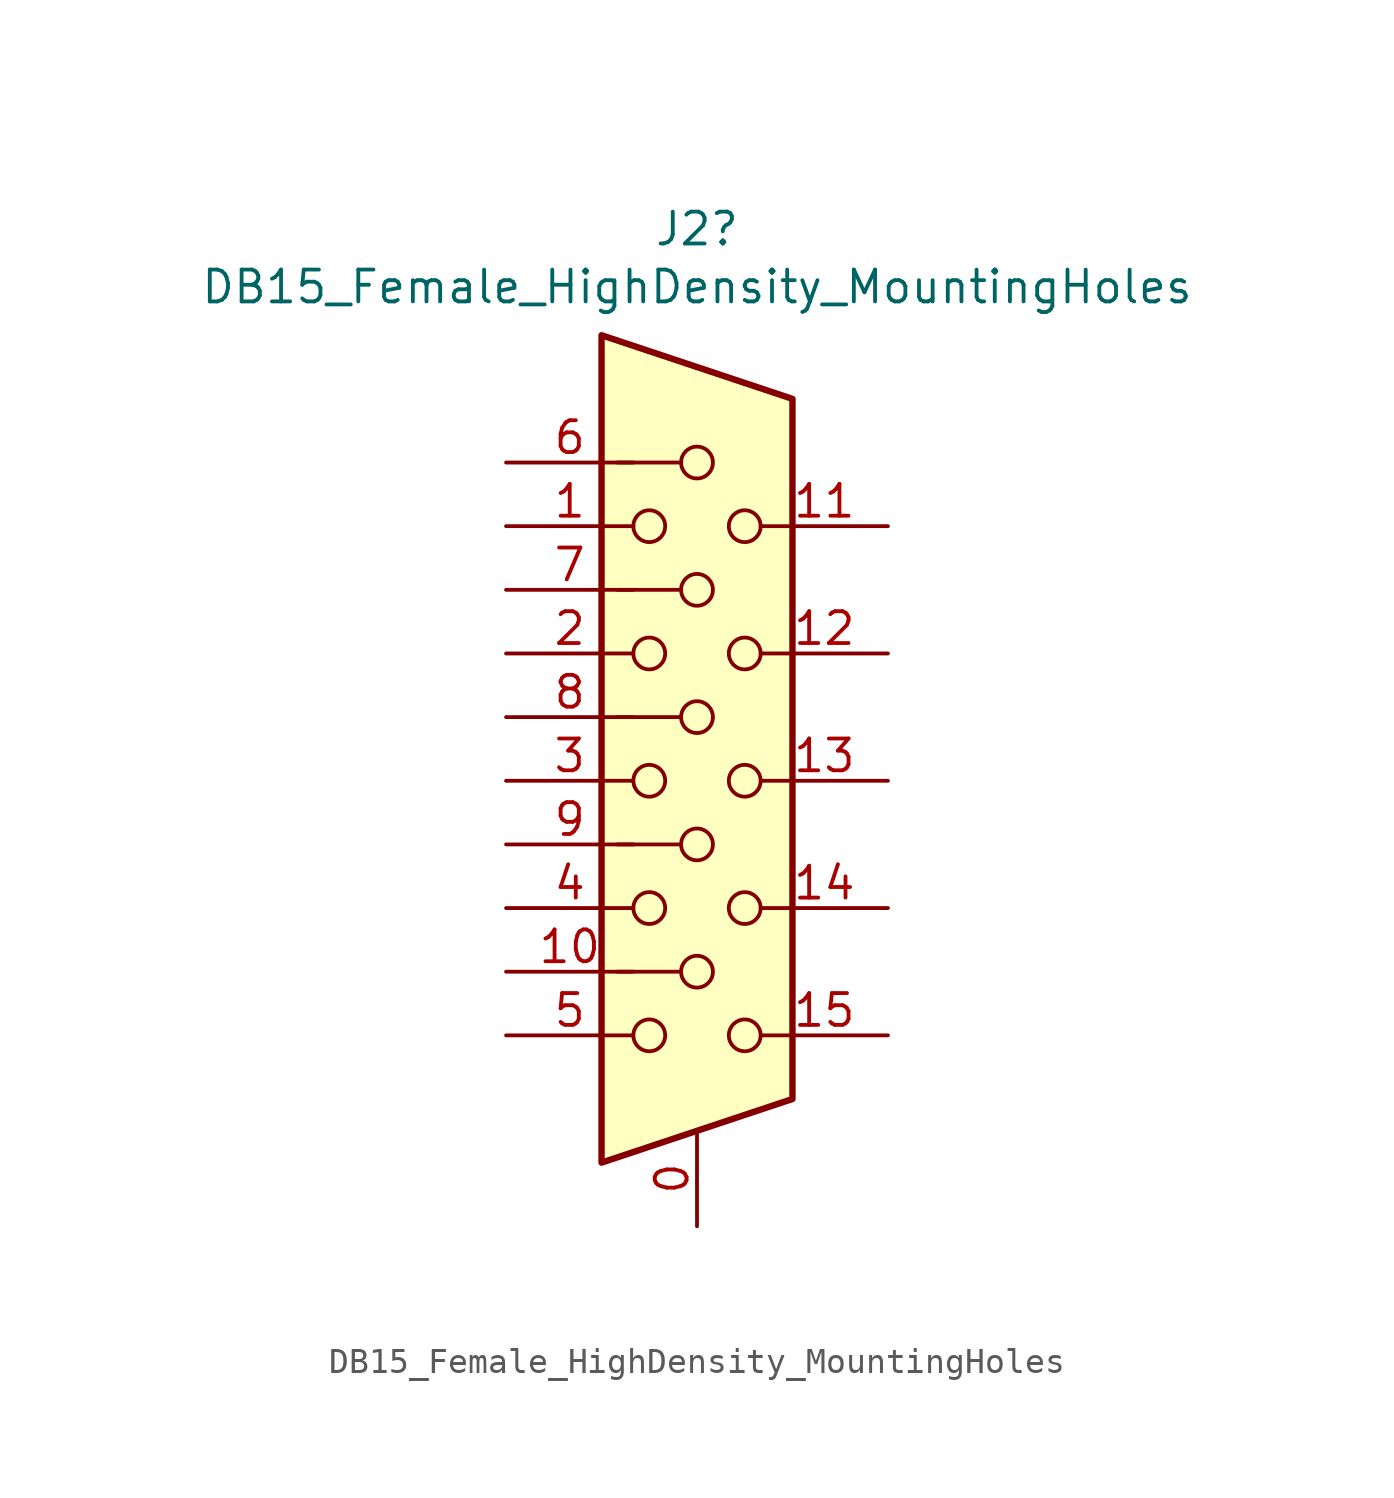
<source format=kicad_sym>
(kicad_symbol_lib
  (version 20211014)
  (generator kicad_symbol_editor)
  (symbol "DB15_Female_HighDensity_MountingHoles"
    (pin_names
      (offset 1.016) hide)
    (property "Reference" "J2"
      (at 0 22.022 0)
      (effects (font (size 1.27 1.27))))
    (property "Value" "DB15_Female_HighDensity_MountingHoles"
      (at 0 19.71 0)
      (effects (font (size 1.27 1.27))))
    (symbol "DB15_Female_HighDensity_MountingHoles_0_1"
      (circle (center -1.905 -10.16) (radius 0.635) (stroke (width 0) (type default) (color 0 0 0 0)) (fill (type none)))
      (circle (center -1.905 -5.08) (radius 0.635) (stroke (width 0) (type default) (color 0 0 0 0)) (fill (type none)))
      (circle (center -1.905 0) (radius 0.635) (stroke (width 0) (type default) (color 0 0 0 0)) (fill (type none)))
      (circle (center -1.905 5.08) (radius 0.635) (stroke (width 0) (type default) (color 0 0 0 0)) (fill (type none)))
      (circle (center -1.905 10.16) (radius 0.635) (stroke (width 0) (type default) (color 0 0 0 0)) (fill (type none)))
      (circle (center 0 -7.62) (radius 0.635) (stroke (width 0) (type default) (color 0 0 0 0)) (fill (type none)))
      (circle (center 0 -2.54) (radius 0.635) (stroke (width 0) (type default) (color 0 0 0 0)) (fill (type none)))
      (polyline (pts (xy -3.175 7.62) (xy -0.635 7.62)) (stroke (width 0) (type default) (color 0 0 0 0)) (fill (type none)))
      (polyline (pts (xy -0.635 -7.62) (xy -3.175 -7.62)) (stroke (width 0) (type default) (color 0 0 0 0)) (fill (type none)))
      (polyline (pts (xy -0.635 -2.54) (xy -3.175 -2.54)) (stroke (width 0) (type default) (color 0 0 0 0)) (fill (type none)))
      (polyline (pts (xy -0.635 2.54) (xy -3.175 2.54)) (stroke (width 0) (type default) (color 0 0 0 0)) (fill (type none)))
      (polyline (pts (xy -0.635 12.7) (xy -3.175 12.7)) (stroke (width 0) (type default) (color 0 0 0 0)) (fill (type none)))
      (polyline (pts (xy -3.81 17.78) (xy -3.81 -15.24) (xy 3.81 -12.7) (xy 3.81 15.24) (xy -3.81 17.78)) (stroke (width 0.254) (type default) (color 0 0 0 0)) (fill (type background)))
      (circle (center 0 2.54) (radius 0.635) (stroke (width 0) (type default) (color 0 0 0 0)) (fill (type none)))
      (circle (center 0 7.62) (radius 0.635) (stroke (width 0) (type default) (color 0 0 0 0)) (fill (type none)))
      (circle (center 0 12.7) (radius 0.635) (stroke (width 0) (type default) (color 0 0 0 0)) (fill (type none)))
      (circle (center 1.905 -10.16) (radius 0.635) (stroke (width 0) (type default) (color 0 0 0 0)) (fill (type none)))
      (circle (center 1.905 -5.08) (radius 0.635) (stroke (width 0) (type default) (color 0 0 0 0)) (fill (type none)))
      (circle (center 1.905 0) (radius 0.635) (stroke (width 0) (type default) (color 0 0 0 0)) (fill (type none)))
      (circle (center 1.905 5.08) (radius 0.635) (stroke (width 0) (type default) (color 0 0 0 0)) (fill (type none)))
      (circle (center 1.905 10.16) (radius 0.635) (stroke (width 0) (type default) (color 0 0 0 0)) (fill (type none))))
    (symbol "DB15_Female_HighDensity_MountingHoles_1_1"
      (pin passive line (at 0 -17.78 90) (length 3.81) (name "~" (effects (font (size 1.27 1.27)))) (number "0" (effects (font (size 1.27 1.27)))))
      (pin passive line (at -7.62 10.16 0) (length 5.08) (name "~" (effects (font (size 1.27 1.27)))) (number "1" (effects (font (size 1.27 1.27)))))
      (pin passive line (at -7.62 -7.62 0) (length 5.08) (name "~" (effects (font (size 1.27 1.27)))) (number "10" (effects (font (size 1.27 1.27)))))
      (pin passive line (at 7.62 10.16 180) (length 5.08) (name "~" (effects (font (size 1.27 1.27)))) (number "11" (effects (font (size 1.27 1.27)))))
      (pin passive line (at 7.62 5.08 180) (length 5.08) (name "~" (effects (font (size 1.27 1.27)))) (number "12" (effects (font (size 1.27 1.27)))))
      (pin passive line (at 7.62 0 180) (length 5.08) (name "~" (effects (font (size 1.27 1.27)))) (number "13" (effects (font (size 1.27 1.27)))))
      (pin passive line (at 7.62 -5.08 180) (length 5.08) (name "~" (effects (font (size 1.27 1.27)))) (number "14" (effects (font (size 1.27 1.27)))))
      (pin passive line (at 7.62 -10.16 180) (length 5.08) (name "~" (effects (font (size 1.27 1.27)))) (number "15" (effects (font (size 1.27 1.27)))))
      (pin passive line (at -7.62 5.08 0) (length 5.08) (name "~" (effects (font (size 1.27 1.27)))) (number "2" (effects (font (size 1.27 1.27)))))
      (pin passive line (at -7.62 0 0) (length 5.08) (name "~" (effects (font (size 1.27 1.27)))) (number "3" (effects (font (size 1.27 1.27)))))
      (pin passive line (at -7.62 -5.08 0) (length 5.08) (name "~" (effects (font (size 1.27 1.27)))) (number "4" (effects (font (size 1.27 1.27)))))
      (pin passive line (at -7.62 -10.16 0) (length 5.08) (name "~" (effects (font (size 1.27 1.27)))) (number "5" (effects (font (size 1.27 1.27)))))
      (pin passive line (at -7.62 12.7 0) (length 5.08) (name "~" (effects (font (size 1.27 1.27)))) (number "6" (effects (font (size 1.27 1.27)))))
      (pin passive line (at -7.62 7.62 0) (length 5.08) (name "~" (effects (font (size 1.27 1.27)))) (number "7" (effects (font (size 1.27 1.27)))))
      (pin passive line (at -7.62 2.54 0) (length 5.08) (name "~" (effects (font (size 1.27 1.27)))) (number "8" (effects (font (size 1.27 1.27)))))
      (pin passive line (at -7.62 -2.54 0) (length 5.08) (name "~" (effects (font (size 1.27 1.27)))) (number "9" (effects (font (size 1.27 1.27))))))))
</source>
